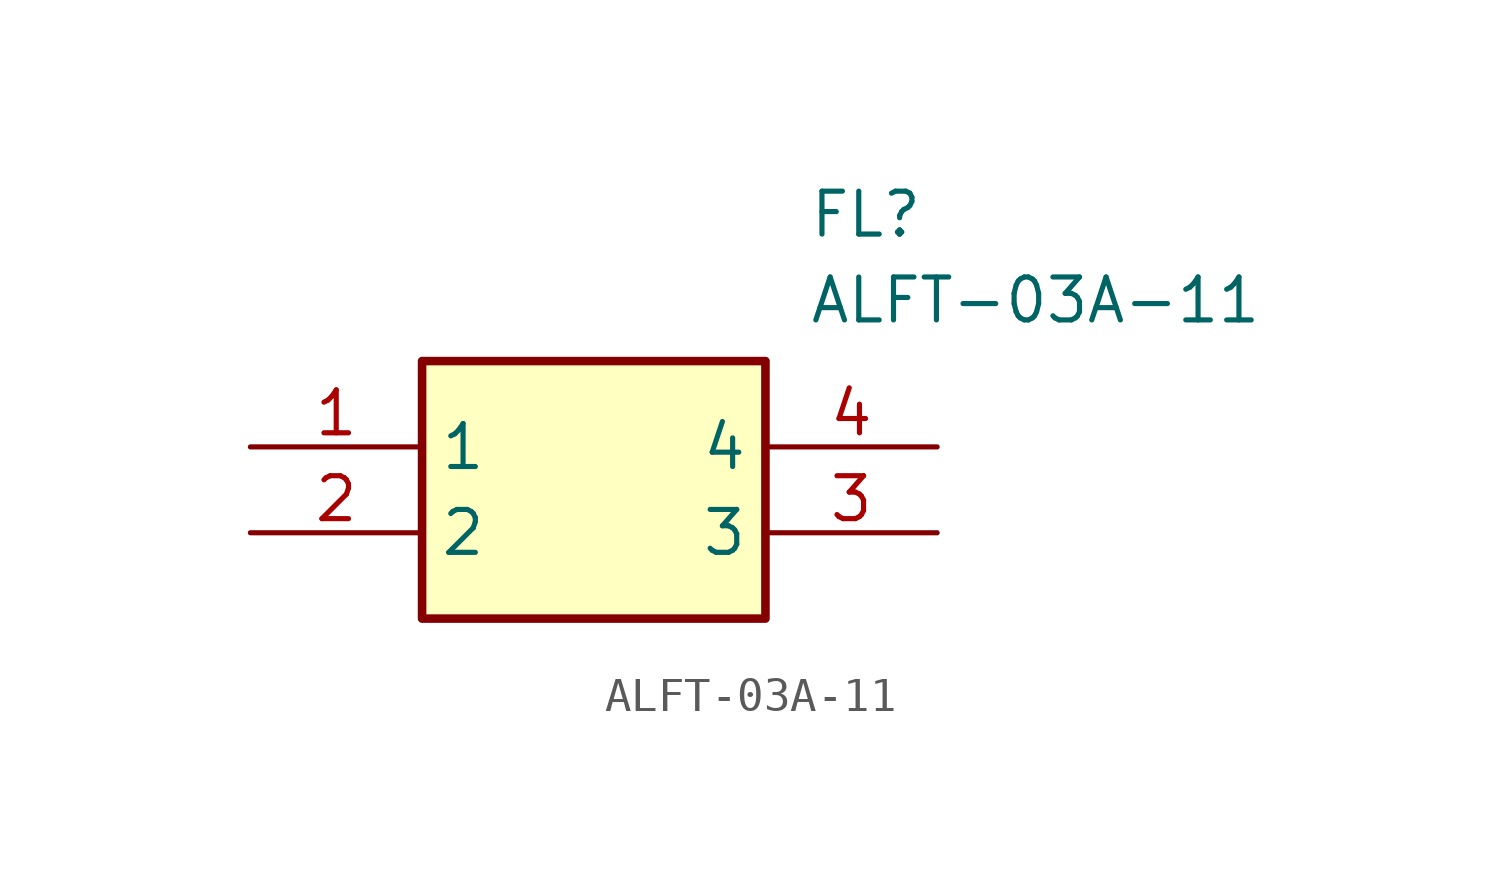
<source format=kicad_sym>
(kicad_symbol_lib
  (version 20211014)
  (generator SamacSys_ECAD_Model)
  (symbol "ALFT-03A-11"
    (property "Reference" "FL"
      (at 16.51 7.62 0)
      (effects (font (size 1.27 1.27)) (justify left top)))
    (property "Value" "ALFT-03A-11"
      (at 16.51 5.08 0)
      (effects (font (size 1.27 1.27)) (justify left top)))
    (rectangle
      (start 5.08 2.54)
      (end 15.24 -5.08)
      (stroke (width 0.254) (type default))
      (fill (type background)))
    (pin passive line
      (at 0 0 0)
      (length 5.08)
      (name "1" (effects (font (size 1.27 1.27))))
      (number "1" (effects (font (size 1.27 1.27)))))
    (pin passive line
      (at 0 -2.54 0)
      (length 5.08)
      (name "2" (effects (font (size 1.27 1.27))))
      (number "2" (effects (font (size 1.27 1.27)))))
    (pin passive line
      (at 20.32 -2.54 180)
      (length 5.08)
      (name "3" (effects (font (size 1.27 1.27))))
      (number "3" (effects (font (size 1.27 1.27)))))
    (pin passive line
      (at 20.32 0 180)
      (length 5.08)
      (name "4" (effects (font (size 1.27 1.27))))
      (number "4" (effects (font (size 1.27 1.27)))))))
</source>
